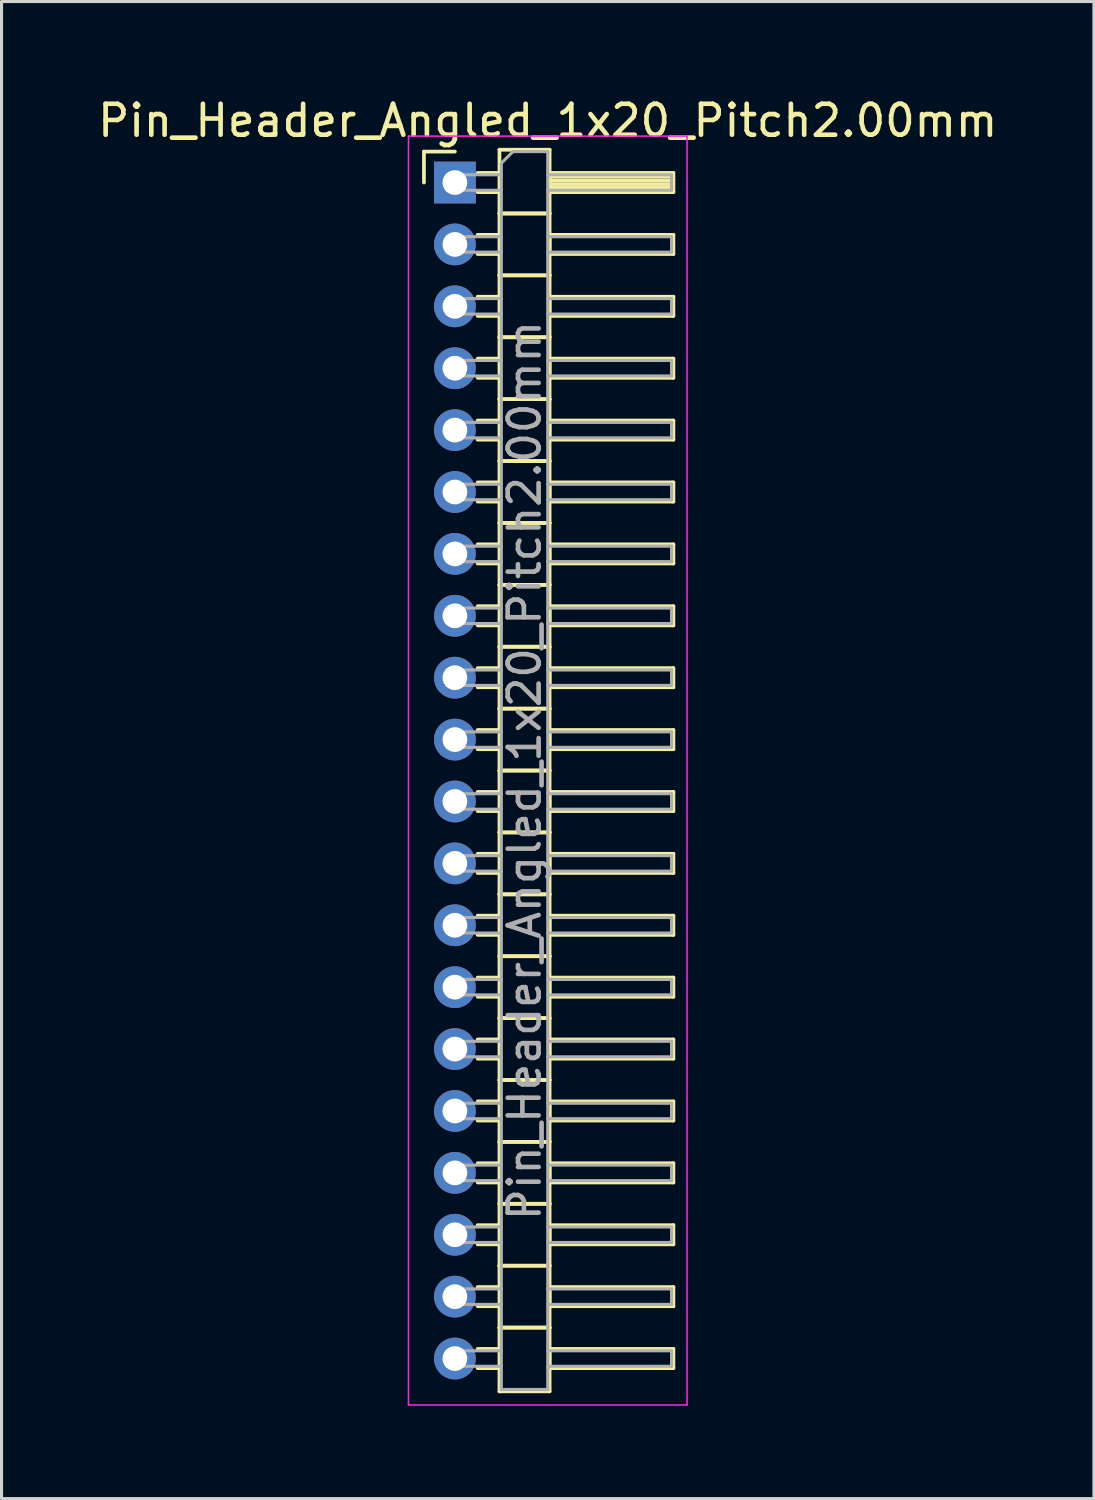
<source format=kicad_pcb>
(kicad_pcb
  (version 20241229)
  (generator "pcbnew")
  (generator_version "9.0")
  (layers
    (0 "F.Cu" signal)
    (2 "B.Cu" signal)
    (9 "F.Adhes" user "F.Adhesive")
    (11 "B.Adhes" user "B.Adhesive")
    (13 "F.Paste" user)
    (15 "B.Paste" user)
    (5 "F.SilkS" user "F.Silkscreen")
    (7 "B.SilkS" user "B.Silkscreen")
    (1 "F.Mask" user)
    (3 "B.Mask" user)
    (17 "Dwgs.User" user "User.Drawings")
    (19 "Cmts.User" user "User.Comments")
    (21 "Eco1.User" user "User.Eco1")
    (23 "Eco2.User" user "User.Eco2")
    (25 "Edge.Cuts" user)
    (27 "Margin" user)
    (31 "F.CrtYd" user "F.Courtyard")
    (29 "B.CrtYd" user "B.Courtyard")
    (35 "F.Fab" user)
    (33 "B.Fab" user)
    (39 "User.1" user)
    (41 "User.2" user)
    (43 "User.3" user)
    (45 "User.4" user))
  (footprint "Pin_Header_Angled_1x20_Pitch2.00mm"
    (layer "F.Cu")
    (at 11.649 2.848)
    (property "Reference" "Pin_Header_Angled_1x20_Pitch2.00mm" (at 3 -2 0) (layer "F.SilkS") (effects (font (size 1 1) (thickness 0.15))))
    (attr through_hole)
    (fp_line (start -1 -1) (end 0 -1) (stroke (width 0.12) (type solid)) (layer "F.SilkS"))
    (fp_line (start -1 0) (end -1 -1) (stroke (width 0.12) (type solid)) (layer "F.SilkS"))
    (fp_line (start 0.735 -0.31) (end 1.44 -0.31) (stroke (width 0.12) (type solid)) (layer "F.SilkS"))
    (fp_line (start 0.735 0.31) (end 1.44 0.31) (stroke (width 0.12) (type solid)) (layer "F.SilkS"))
    (fp_line (start 0.735 1.69) (end 1.44 1.69) (stroke (width 0.12) (type solid)) (layer "F.SilkS"))
    (fp_line (start 0.735 2.31) (end 1.44 2.31) (stroke (width 0.12) (type solid)) (layer "F.SilkS"))
    (fp_line (start 0.735 3.69) (end 1.44 3.69) (stroke (width 0.12) (type solid)) (layer "F.SilkS"))
    (fp_line (start 0.735 4.31) (end 1.44 4.31) (stroke (width 0.12) (type solid)) (layer "F.SilkS"))
    (fp_line (start 0.735 5.69) (end 1.44 5.69) (stroke (width 0.12) (type solid)) (layer "F.SilkS"))
    (fp_line (start 0.735 6.31) (end 1.44 6.31) (stroke (width 0.12) (type solid)) (layer "F.SilkS"))
    (fp_line (start 0.735 7.69) (end 1.44 7.69) (stroke (width 0.12) (type solid)) (layer "F.SilkS"))
    (fp_line (start 0.735 8.31) (end 1.44 8.31) (stroke (width 0.12) (type solid)) (layer "F.SilkS"))
    (fp_line (start 0.735 9.69) (end 1.44 9.69) (stroke (width 0.12) (type solid)) (layer "F.SilkS"))
    (fp_line (start 0.735 10.31) (end 1.44 10.31) (stroke (width 0.12) (type solid)) (layer "F.SilkS"))
    (fp_line (start 0.735 11.69) (end 1.44 11.69) (stroke (width 0.12) (type solid)) (layer "F.SilkS"))
    (fp_line (start 0.735 12.31) (end 1.44 12.31) (stroke (width 0.12) (type solid)) (layer "F.SilkS"))
    (fp_line (start 0.735 13.69) (end 1.44 13.69) (stroke (width 0.12) (type solid)) (layer "F.SilkS"))
    (fp_line (start 0.735 14.31) (end 1.44 14.31) (stroke (width 0.12) (type solid)) (layer "F.SilkS"))
    (fp_line (start 0.735 15.69) (end 1.44 15.69) (stroke (width 0.12) (type solid)) (layer "F.SilkS"))
    (fp_line (start 0.735 16.31) (end 1.44 16.31) (stroke (width 0.12) (type solid)) (layer "F.SilkS"))
    (fp_line (start 0.735 17.69) (end 1.44 17.69) (stroke (width 0.12) (type solid)) (layer "F.SilkS"))
    (fp_line (start 0.735 18.31) (end 1.44 18.31) (stroke (width 0.12) (type solid)) (layer "F.SilkS"))
    (fp_line (start 0.735 19.69) (end 1.44 19.69) (stroke (width 0.12) (type solid)) (layer "F.SilkS"))
    (fp_line (start 0.735 20.31) (end 1.44 20.31) (stroke (width 0.12) (type solid)) (layer "F.SilkS"))
    (fp_line (start 0.735 21.69) (end 1.44 21.69) (stroke (width 0.12) (type solid)) (layer "F.SilkS"))
    (fp_line (start 0.735 22.31) (end 1.44 22.31) (stroke (width 0.12) (type solid)) (layer "F.SilkS"))
    (fp_line (start 0.735 23.69) (end 1.44 23.69) (stroke (width 0.12) (type solid)) (layer "F.SilkS"))
    (fp_line (start 0.735 24.31) (end 1.44 24.31) (stroke (width 0.12) (type solid)) (layer "F.SilkS"))
    (fp_line (start 0.735 25.69) (end 1.44 25.69) (stroke (width 0.12) (type solid)) (layer "F.SilkS"))
    (fp_line (start 0.735 26.31) (end 1.44 26.31) (stroke (width 0.12) (type solid)) (layer "F.SilkS"))
    (fp_line (start 0.735 27.69) (end 1.44 27.69) (stroke (width 0.12) (type solid)) (layer "F.SilkS"))
    (fp_line (start 0.735 28.31) (end 1.44 28.31) (stroke (width 0.12) (type solid)) (layer "F.SilkS"))
    (fp_line (start 0.735 29.69) (end 1.44 29.69) (stroke (width 0.12) (type solid)) (layer "F.SilkS"))
    (fp_line (start 0.735 30.31) (end 1.44 30.31) (stroke (width 0.12) (type solid)) (layer "F.SilkS"))
    (fp_line (start 0.735 31.69) (end 1.44 31.69) (stroke (width 0.12) (type solid)) (layer "F.SilkS"))
    (fp_line (start 0.735 32.31) (end 1.44 32.31) (stroke (width 0.12) (type solid)) (layer "F.SilkS"))
    (fp_line (start 0.735 33.69) (end 1.44 33.69) (stroke (width 0.12) (type solid)) (layer "F.SilkS"))
    (fp_line (start 0.735 34.31) (end 1.44 34.31) (stroke (width 0.12) (type solid)) (layer "F.SilkS"))
    (fp_line (start 0.735 35.69) (end 1.44 35.69) (stroke (width 0.12) (type solid)) (layer "F.SilkS"))
    (fp_line (start 0.735 36.31) (end 1.44 36.31) (stroke (width 0.12) (type solid)) (layer "F.SilkS"))
    (fp_line (start 0.735 37.69) (end 1.44 37.69) (stroke (width 0.12) (type solid)) (layer "F.SilkS"))
    (fp_line (start 0.735 38.31) (end 1.44 38.31) (stroke (width 0.12) (type solid)) (layer "F.SilkS"))
    (fp_line (start 1.44 -1.06) (end 1.44 1) (stroke (width 0.12) (type solid)) (layer "F.SilkS"))
    (fp_line (start 1.44 1) (end 1.44 3) (stroke (width 0.12) (type solid)) (layer "F.SilkS"))
    (fp_line (start 1.44 1) (end 3.06 1) (stroke (width 0.12) (type solid)) (layer "F.SilkS"))
    (fp_line (start 1.44 3) (end 1.44 5) (stroke (width 0.12) (type solid)) (layer "F.SilkS"))
    (fp_line (start 1.44 3) (end 3.06 3) (stroke (width 0.12) (type solid)) (layer "F.SilkS"))
    (fp_line (start 1.44 5) (end 1.44 7) (stroke (width 0.12) (type solid)) (layer "F.SilkS"))
    (fp_line (start 1.44 5) (end 3.06 5) (stroke (width 0.12) (type solid)) (layer "F.SilkS"))
    (fp_line (start 1.44 7) (end 1.44 9) (stroke (width 0.12) (type solid)) (layer "F.SilkS"))
    (fp_line (start 1.44 7) (end 3.06 7) (stroke (width 0.12) (type solid)) (layer "F.SilkS"))
    (fp_line (start 1.44 9) (end 1.44 11) (stroke (width 0.12) (type solid)) (layer "F.SilkS"))
    (fp_line (start 1.44 9) (end 3.06 9) (stroke (width 0.12) (type solid)) (layer "F.SilkS"))
    (fp_line (start 1.44 11) (end 1.44 13) (stroke (width 0.12) (type solid)) (layer "F.SilkS"))
    (fp_line (start 1.44 11) (end 3.06 11) (stroke (width 0.12) (type solid)) (layer "F.SilkS"))
    (fp_line (start 1.44 13) (end 1.44 15) (stroke (width 0.12) (type solid)) (layer "F.SilkS"))
    (fp_line (start 1.44 13) (end 3.06 13) (stroke (width 0.12) (type solid)) (layer "F.SilkS"))
    (fp_line (start 1.44 15) (end 1.44 17) (stroke (width 0.12) (type solid)) (layer "F.SilkS"))
    (fp_line (start 1.44 15) (end 3.06 15) (stroke (width 0.12) (type solid)) (layer "F.SilkS"))
    (fp_line (start 1.44 17) (end 1.44 19) (stroke (width 0.12) (type solid)) (layer "F.SilkS"))
    (fp_line (start 1.44 17) (end 3.06 17) (stroke (width 0.12) (type solid)) (layer "F.SilkS"))
    (fp_line (start 1.44 19) (end 1.44 21) (stroke (width 0.12) (type solid)) (layer "F.SilkS"))
    (fp_line (start 1.44 19) (end 3.06 19) (stroke (width 0.12) (type solid)) (layer "F.SilkS"))
    (fp_line (start 1.44 21) (end 1.44 23) (stroke (width 0.12) (type solid)) (layer "F.SilkS"))
    (fp_line (start 1.44 21) (end 3.06 21) (stroke (width 0.12) (type solid)) (layer "F.SilkS"))
    (fp_line (start 1.44 23) (end 1.44 25) (stroke (width 0.12) (type solid)) (layer "F.SilkS"))
    (fp_line (start 1.44 23) (end 3.06 23) (stroke (width 0.12) (type solid)) (layer "F.SilkS"))
    (fp_line (start 1.44 25) (end 1.44 27) (stroke (width 0.12) (type solid)) (layer "F.SilkS"))
    (fp_line (start 1.44 25) (end 3.06 25) (stroke (width 0.12) (type solid)) (layer "F.SilkS"))
    (fp_line (start 1.44 27) (end 1.44 29) (stroke (width 0.12) (type solid)) (layer "F.SilkS"))
    (fp_line (start 1.44 27) (end 3.06 27) (stroke (width 0.12) (type solid)) (layer "F.SilkS"))
    (fp_line (start 1.44 29) (end 1.44 31) (stroke (width 0.12) (type solid)) (layer "F.SilkS"))
    (fp_line (start 1.44 29) (end 3.06 29) (stroke (width 0.12) (type solid)) (layer "F.SilkS"))
    (fp_line (start 1.44 31) (end 1.44 33) (stroke (width 0.12) (type solid)) (layer "F.SilkS"))
    (fp_line (start 1.44 31) (end 3.06 31) (stroke (width 0.12) (type solid)) (layer "F.SilkS"))
    (fp_line (start 1.44 33) (end 1.44 35) (stroke (width 0.12) (type solid)) (layer "F.SilkS"))
    (fp_line (start 1.44 33) (end 3.06 33) (stroke (width 0.12) (type solid)) (layer "F.SilkS"))
    (fp_line (start 1.44 35) (end 1.44 37) (stroke (width 0.12) (type solid)) (layer "F.SilkS"))
    (fp_line (start 1.44 35) (end 3.06 35) (stroke (width 0.12) (type solid)) (layer "F.SilkS"))
    (fp_line (start 1.44 37) (end 1.44 39.06) (stroke (width 0.12) (type solid)) (layer "F.SilkS"))
    (fp_line (start 1.44 37) (end 3.06 37) (stroke (width 0.12) (type solid)) (layer "F.SilkS"))
    (fp_line (start 1.44 39.06) (end 3.06 39.06) (stroke (width 0.12) (type solid)) (layer "F.SilkS"))
    (fp_line (start 3.06 -1.06) (end 1.44 -1.06) (stroke (width 0.12) (type solid)) (layer "F.SilkS"))
    (fp_line (start 3.06 -0.31) (end 3.06 0.31) (stroke (width 0.12) (type solid)) (layer "F.SilkS"))
    (fp_line (start 3.06 -0.19) (end 7.06 -0.19) (stroke (width 0.12) (type solid)) (layer "F.SilkS"))
    (fp_line (start 3.06 -0.07) (end 7.06 -0.07) (stroke (width 0.12) (type solid)) (layer "F.SilkS"))
    (fp_line (start 3.06 0.05) (end 7.06 0.05) (stroke (width 0.12) (type solid)) (layer "F.SilkS"))
    (fp_line (start 3.06 0.17) (end 7.06 0.17) (stroke (width 0.12) (type solid)) (layer "F.SilkS"))
    (fp_line (start 3.06 0.29) (end 7.06 0.29) (stroke (width 0.12) (type solid)) (layer "F.SilkS"))
    (fp_line (start 3.06 0.31) (end 7.06 0.31) (stroke (width 0.12) (type solid)) (layer "F.SilkS"))
    (fp_line (start 3.06 1) (end 1.44 1) (stroke (width 0.12) (type solid)) (layer "F.SilkS"))
    (fp_line (start 3.06 1) (end 3.06 -1.06) (stroke (width 0.12) (type solid)) (layer "F.SilkS"))
    (fp_line (start 3.06 1.69) (end 3.06 2.31) (stroke (width 0.12) (type solid)) (layer "F.SilkS"))
    (fp_line (start 3.06 2.31) (end 7.06 2.31) (stroke (width 0.12) (type solid)) (layer "F.SilkS"))
    (fp_line (start 3.06 3) (end 1.44 3) (stroke (width 0.12) (type solid)) (layer "F.SilkS"))
    (fp_line (start 3.06 3) (end 3.06 1) (stroke (width 0.12) (type solid)) (layer "F.SilkS"))
    (fp_line (start 3.06 3.69) (end 3.06 4.31) (stroke (width 0.12) (type solid)) (layer "F.SilkS"))
    (fp_line (start 3.06 4.31) (end 7.06 4.31) (stroke (width 0.12) (type solid)) (layer "F.SilkS"))
    (fp_line (start 3.06 5) (end 1.44 5) (stroke (width 0.12) (type solid)) (layer "F.SilkS"))
    (fp_line (start 3.06 5) (end 3.06 3) (stroke (width 0.12) (type solid)) (layer "F.SilkS"))
    (fp_line (start 3.06 5.69) (end 3.06 6.31) (stroke (width 0.12) (type solid)) (layer "F.SilkS"))
    (fp_line (start 3.06 6.31) (end 7.06 6.31) (stroke (width 0.12) (type solid)) (layer "F.SilkS"))
    (fp_line (start 3.06 7) (end 1.44 7) (stroke (width 0.12) (type solid)) (layer "F.SilkS"))
    (fp_line (start 3.06 7) (end 3.06 5) (stroke (width 0.12) (type solid)) (layer "F.SilkS"))
    (fp_line (start 3.06 7.69) (end 3.06 8.31) (stroke (width 0.12) (type solid)) (layer "F.SilkS"))
    (fp_line (start 3.06 8.31) (end 7.06 8.31) (stroke (width 0.12) (type solid)) (layer "F.SilkS"))
    (fp_line (start 3.06 9) (end 1.44 9) (stroke (width 0.12) (type solid)) (layer "F.SilkS"))
    (fp_line (start 3.06 9) (end 3.06 7) (stroke (width 0.12) (type solid)) (layer "F.SilkS"))
    (fp_line (start 3.06 9.69) (end 3.06 10.31) (stroke (width 0.12) (type solid)) (layer "F.SilkS"))
    (fp_line (start 3.06 10.31) (end 7.06 10.31) (stroke (width 0.12) (type solid)) (layer "F.SilkS"))
    (fp_line (start 3.06 11) (end 1.44 11) (stroke (width 0.12) (type solid)) (layer "F.SilkS"))
    (fp_line (start 3.06 11) (end 3.06 9) (stroke (width 0.12) (type solid)) (layer "F.SilkS"))
    (fp_line (start 3.06 11.69) (end 3.06 12.31) (stroke (width 0.12) (type solid)) (layer "F.SilkS"))
    (fp_line (start 3.06 12.31) (end 7.06 12.31) (stroke (width 0.12) (type solid)) (layer "F.SilkS"))
    (fp_line (start 3.06 13) (end 1.44 13) (stroke (width 0.12) (type solid)) (layer "F.SilkS"))
    (fp_line (start 3.06 13) (end 3.06 11) (stroke (width 0.12) (type solid)) (layer "F.SilkS"))
    (fp_line (start 3.06 13.69) (end 3.06 14.31) (stroke (width 0.12) (type solid)) (layer "F.SilkS"))
    (fp_line (start 3.06 14.31) (end 7.06 14.31) (stroke (width 0.12) (type solid)) (layer "F.SilkS"))
    (fp_line (start 3.06 15) (end 1.44 15) (stroke (width 0.12) (type solid)) (layer "F.SilkS"))
    (fp_line (start 3.06 15) (end 3.06 13) (stroke (width 0.12) (type solid)) (layer "F.SilkS"))
    (fp_line (start 3.06 15.69) (end 3.06 16.31) (stroke (width 0.12) (type solid)) (layer "F.SilkS"))
    (fp_line (start 3.06 16.31) (end 7.06 16.31) (stroke (width 0.12) (type solid)) (layer "F.SilkS"))
    (fp_line (start 3.06 17) (end 1.44 17) (stroke (width 0.12) (type solid)) (layer "F.SilkS"))
    (fp_line (start 3.06 17) (end 3.06 15) (stroke (width 0.12) (type solid)) (layer "F.SilkS"))
    (fp_line (start 3.06 17.69) (end 3.06 18.31) (stroke (width 0.12) (type solid)) (layer "F.SilkS"))
    (fp_line (start 3.06 18.31) (end 7.06 18.31) (stroke (width 0.12) (type solid)) (layer "F.SilkS"))
    (fp_line (start 3.06 19) (end 1.44 19) (stroke (width 0.12) (type solid)) (layer "F.SilkS"))
    (fp_line (start 3.06 19) (end 3.06 17) (stroke (width 0.12) (type solid)) (layer "F.SilkS"))
    (fp_line (start 3.06 19.69) (end 3.06 20.31) (stroke (width 0.12) (type solid)) (layer "F.SilkS"))
    (fp_line (start 3.06 20.31) (end 7.06 20.31) (stroke (width 0.12) (type solid)) (layer "F.SilkS"))
    (fp_line (start 3.06 21) (end 1.44 21) (stroke (width 0.12) (type solid)) (layer "F.SilkS"))
    (fp_line (start 3.06 21) (end 3.06 19) (stroke (width 0.12) (type solid)) (layer "F.SilkS"))
    (fp_line (start 3.06 21.69) (end 3.06 22.31) (stroke (width 0.12) (type solid)) (layer "F.SilkS"))
    (fp_line (start 3.06 22.31) (end 7.06 22.31) (stroke (width 0.12) (type solid)) (layer "F.SilkS"))
    (fp_line (start 3.06 23) (end 1.44 23) (stroke (width 0.12) (type solid)) (layer "F.SilkS"))
    (fp_line (start 3.06 23) (end 3.06 21) (stroke (width 0.12) (type solid)) (layer "F.SilkS"))
    (fp_line (start 3.06 23.69) (end 3.06 24.31) (stroke (width 0.12) (type solid)) (layer "F.SilkS"))
    (fp_line (start 3.06 24.31) (end 7.06 24.31) (stroke (width 0.12) (type solid)) (layer "F.SilkS"))
    (fp_line (start 3.06 25) (end 1.44 25) (stroke (width 0.12) (type solid)) (layer "F.SilkS"))
    (fp_line (start 3.06 25) (end 3.06 23) (stroke (width 0.12) (type solid)) (layer "F.SilkS"))
    (fp_line (start 3.06 25.69) (end 3.06 26.31) (stroke (width 0.12) (type solid)) (layer "F.SilkS"))
    (fp_line (start 3.06 26.31) (end 7.06 26.31) (stroke (width 0.12) (type solid)) (layer "F.SilkS"))
    (fp_line (start 3.06 27) (end 1.44 27) (stroke (width 0.12) (type solid)) (layer "F.SilkS"))
    (fp_line (start 3.06 27) (end 3.06 25) (stroke (width 0.12) (type solid)) (layer "F.SilkS"))
    (fp_line (start 3.06 27.69) (end 3.06 28.31) (stroke (width 0.12) (type solid)) (layer "F.SilkS"))
    (fp_line (start 3.06 28.31) (end 7.06 28.31) (stroke (width 0.12) (type solid)) (layer "F.SilkS"))
    (fp_line (start 3.06 29) (end 1.44 29) (stroke (width 0.12) (type solid)) (layer "F.SilkS"))
    (fp_line (start 3.06 29) (end 3.06 27) (stroke (width 0.12) (type solid)) (layer "F.SilkS"))
    (fp_line (start 3.06 29.69) (end 3.06 30.31) (stroke (width 0.12) (type solid)) (layer "F.SilkS"))
    (fp_line (start 3.06 30.31) (end 7.06 30.31) (stroke (width 0.12) (type solid)) (layer "F.SilkS"))
    (fp_line (start 3.06 31) (end 1.44 31) (stroke (width 0.12) (type solid)) (layer "F.SilkS"))
    (fp_line (start 3.06 31) (end 3.06 29) (stroke (width 0.12) (type solid)) (layer "F.SilkS"))
    (fp_line (start 3.06 31.69) (end 3.06 32.31) (stroke (width 0.12) (type solid)) (layer "F.SilkS"))
    (fp_line (start 3.06 32.31) (end 7.06 32.31) (stroke (width 0.12) (type solid)) (layer "F.SilkS"))
    (fp_line (start 3.06 33) (end 1.44 33) (stroke (width 0.12) (type solid)) (layer "F.SilkS"))
    (fp_line (start 3.06 33) (end 3.06 31) (stroke (width 0.12) (type solid)) (layer "F.SilkS"))
    (fp_line (start 3.06 33.69) (end 3.06 34.31) (stroke (width 0.12) (type solid)) (layer "F.SilkS"))
    (fp_line (start 3.06 34.31) (end 7.06 34.31) (stroke (width 0.12) (type solid)) (layer "F.SilkS"))
    (fp_line (start 3.06 35) (end 1.44 35) (stroke (width 0.12) (type solid)) (layer "F.SilkS"))
    (fp_line (start 3.06 35) (end 3.06 33) (stroke (width 0.12) (type solid)) (layer "F.SilkS"))
    (fp_line (start 3.06 35.69) (end 3.06 36.31) (stroke (width 0.12) (type solid)) (layer "F.SilkS"))
    (fp_line (start 3.06 36.31) (end 7.06 36.31) (stroke (width 0.12) (type solid)) (layer "F.SilkS"))
    (fp_line (start 3.06 37) (end 1.44 37) (stroke (width 0.12) (type solid)) (layer "F.SilkS"))
    (fp_line (start 3.06 37) (end 3.06 35) (stroke (width 0.12) (type solid)) (layer "F.SilkS"))
    (fp_line (start 3.06 37.69) (end 3.06 38.31) (stroke (width 0.12) (type solid)) (layer "F.SilkS"))
    (fp_line (start 3.06 38.31) (end 7.06 38.31) (stroke (width 0.12) (type solid)) (layer "F.SilkS"))
    (fp_line (start 3.06 39.06) (end 3.06 37) (stroke (width 0.12) (type solid)) (layer "F.SilkS"))
    (fp_line (start 7.06 -0.31) (end 3.06 -0.31) (stroke (width 0.12) (type solid)) (layer "F.SilkS"))
    (fp_line (start 7.06 0.31) (end 7.06 -0.31) (stroke (width 0.12) (type solid)) (layer "F.SilkS"))
    (fp_line (start 7.06 1.69) (end 3.06 1.69) (stroke (width 0.12) (type solid)) (layer "F.SilkS"))
    (fp_line (start 7.06 2.31) (end 7.06 1.69) (stroke (width 0.12) (type solid)) (layer "F.SilkS"))
    (fp_line (start 7.06 3.69) (end 3.06 3.69) (stroke (width 0.12) (type solid)) (layer "F.SilkS"))
    (fp_line (start 7.06 4.31) (end 7.06 3.69) (stroke (width 0.12) (type solid)) (layer "F.SilkS"))
    (fp_line (start 7.06 5.69) (end 3.06 5.69) (stroke (width 0.12) (type solid)) (layer "F.SilkS"))
    (fp_line (start 7.06 6.31) (end 7.06 5.69) (stroke (width 0.12) (type solid)) (layer "F.SilkS"))
    (fp_line (start 7.06 7.69) (end 3.06 7.69) (stroke (width 0.12) (type solid)) (layer "F.SilkS"))
    (fp_line (start 7.06 8.31) (end 7.06 7.69) (stroke (width 0.12) (type solid)) (layer "F.SilkS"))
    (fp_line (start 7.06 9.69) (end 3.06 9.69) (stroke (width 0.12) (type solid)) (layer "F.SilkS"))
    (fp_line (start 7.06 10.31) (end 7.06 9.69) (stroke (width 0.12) (type solid)) (layer "F.SilkS"))
    (fp_line (start 7.06 11.69) (end 3.06 11.69) (stroke (width 0.12) (type solid)) (layer "F.SilkS"))
    (fp_line (start 7.06 12.31) (end 7.06 11.69) (stroke (width 0.12) (type solid)) (layer "F.SilkS"))
    (fp_line (start 7.06 13.69) (end 3.06 13.69) (stroke (width 0.12) (type solid)) (layer "F.SilkS"))
    (fp_line (start 7.06 14.31) (end 7.06 13.69) (stroke (width 0.12) (type solid)) (layer "F.SilkS"))
    (fp_line (start 7.06 15.69) (end 3.06 15.69) (stroke (width 0.12) (type solid)) (layer "F.SilkS"))
    (fp_line (start 7.06 16.31) (end 7.06 15.69) (stroke (width 0.12) (type solid)) (layer "F.SilkS"))
    (fp_line (start 7.06 17.69) (end 3.06 17.69) (stroke (width 0.12) (type solid)) (layer "F.SilkS"))
    (fp_line (start 7.06 18.31) (end 7.06 17.69) (stroke (width 0.12) (type solid)) (layer "F.SilkS"))
    (fp_line (start 7.06 19.69) (end 3.06 19.69) (stroke (width 0.12) (type solid)) (layer "F.SilkS"))
    (fp_line (start 7.06 20.31) (end 7.06 19.69) (stroke (width 0.12) (type solid)) (layer "F.SilkS"))
    (fp_line (start 7.06 21.69) (end 3.06 21.69) (stroke (width 0.12) (type solid)) (layer "F.SilkS"))
    (fp_line (start 7.06 22.31) (end 7.06 21.69) (stroke (width 0.12) (type solid)) (layer "F.SilkS"))
    (fp_line (start 7.06 23.69) (end 3.06 23.69) (stroke (width 0.12) (type solid)) (layer "F.SilkS"))
    (fp_line (start 7.06 24.31) (end 7.06 23.69) (stroke (width 0.12) (type solid)) (layer "F.SilkS"))
    (fp_line (start 7.06 25.69) (end 3.06 25.69) (stroke (width 0.12) (type solid)) (layer "F.SilkS"))
    (fp_line (start 7.06 26.31) (end 7.06 25.69) (stroke (width 0.12) (type solid)) (layer "F.SilkS"))
    (fp_line (start 7.06 27.69) (end 3.06 27.69) (stroke (width 0.12) (type solid)) (layer "F.SilkS"))
    (fp_line (start 7.06 28.31) (end 7.06 27.69) (stroke (width 0.12) (type solid)) (layer "F.SilkS"))
    (fp_line (start 7.06 29.69) (end 3.06 29.69) (stroke (width 0.12) (type solid)) (layer "F.SilkS"))
    (fp_line (start 7.06 30.31) (end 7.06 29.69) (stroke (width 0.12) (type solid)) (layer "F.SilkS"))
    (fp_line (start 7.06 31.69) (end 3.06 31.69) (stroke (width 0.12) (type solid)) (layer "F.SilkS"))
    (fp_line (start 7.06 32.31) (end 7.06 31.69) (stroke (width 0.12) (type solid)) (layer "F.SilkS"))
    (fp_line (start 7.06 33.69) (end 3.06 33.69) (stroke (width 0.12) (type solid)) (layer "F.SilkS"))
    (fp_line (start 7.06 34.31) (end 7.06 33.69) (stroke (width 0.12) (type solid)) (layer "F.SilkS"))
    (fp_line (start 7.06 35.69) (end 3.06 35.69) (stroke (width 0.12) (type solid)) (layer "F.SilkS"))
    (fp_line (start 7.06 36.31) (end 7.06 35.69) (stroke (width 0.12) (type solid)) (layer "F.SilkS"))
    (fp_line (start 7.06 37.69) (end 3.06 37.69) (stroke (width 0.12) (type solid)) (layer "F.SilkS"))
    (fp_line (start 7.06 38.31) (end 7.06 37.69) (stroke (width 0.12) (type solid)) (layer "F.SilkS"))
    (fp_line (start -1.5 -1.5) (end -1.5 39.5) (stroke (width 0.05) (type solid)) (layer "F.CrtYd"))
    (fp_line (start -1.5 39.5) (end 7.5 39.5) (stroke (width 0.05) (type solid)) (layer "F.CrtYd"))
    (fp_line (start 7.5 -1.5) (end -1.5 -1.5) (stroke (width 0.05) (type solid)) (layer "F.CrtYd"))
    (fp_line (start 7.5 39.5) (end 7.5 -1.5) (stroke (width 0.05) (type solid)) (layer "F.CrtYd"))
    (fp_line (start -0.25 -0.25) (end -0.25 0.25) (stroke (width 0.1) (type solid)) (layer "F.Fab"))
    (fp_line (start -0.25 -0.25) (end 1.5 -0.25) (stroke (width 0.1) (type solid)) (layer "F.Fab"))
    (fp_line (start -0.25 0.25) (end 1.5 0.25) (stroke (width 0.1) (type solid)) (layer "F.Fab"))
    (fp_line (start -0.25 1.75) (end -0.25 2.25) (stroke (width 0.1) (type solid)) (layer "F.Fab"))
    (fp_line (start -0.25 1.75) (end 1.5 1.75) (stroke (width 0.1) (type solid)) (layer "F.Fab"))
    (fp_line (start -0.25 2.25) (end 1.5 2.25) (stroke (width 0.1) (type solid)) (layer "F.Fab"))
    (fp_line (start -0.25 3.75) (end -0.25 4.25) (stroke (width 0.1) (type solid)) (layer "F.Fab"))
    (fp_line (start -0.25 3.75) (end 1.5 3.75) (stroke (width 0.1) (type solid)) (layer "F.Fab"))
    (fp_line (start -0.25 4.25) (end 1.5 4.25) (stroke (width 0.1) (type solid)) (layer "F.Fab"))
    (fp_line (start -0.25 5.75) (end -0.25 6.25) (stroke (width 0.1) (type solid)) (layer "F.Fab"))
    (fp_line (start -0.25 5.75) (end 1.5 5.75) (stroke (width 0.1) (type solid)) (layer "F.Fab"))
    (fp_line (start -0.25 6.25) (end 1.5 6.25) (stroke (width 0.1) (type solid)) (layer "F.Fab"))
    (fp_line (start -0.25 7.75) (end -0.25 8.25) (stroke (width 0.1) (type solid)) (layer "F.Fab"))
    (fp_line (start -0.25 7.75) (end 1.5 7.75) (stroke (width 0.1) (type solid)) (layer "F.Fab"))
    (fp_line (start -0.25 8.25) (end 1.5 8.25) (stroke (width 0.1) (type solid)) (layer "F.Fab"))
    (fp_line (start -0.25 9.75) (end -0.25 10.25) (stroke (width 0.1) (type solid)) (layer "F.Fab"))
    (fp_line (start -0.25 9.75) (end 1.5 9.75) (stroke (width 0.1) (type solid)) (layer "F.Fab"))
    (fp_line (start -0.25 10.25) (end 1.5 10.25) (stroke (width 0.1) (type solid)) (layer "F.Fab"))
    (fp_line (start -0.25 11.75) (end -0.25 12.25) (stroke (width 0.1) (type solid)) (layer "F.Fab"))
    (fp_line (start -0.25 11.75) (end 1.5 11.75) (stroke (width 0.1) (type solid)) (layer "F.Fab"))
    (fp_line (start -0.25 12.25) (end 1.5 12.25) (stroke (width 0.1) (type solid)) (layer "F.Fab"))
    (fp_line (start -0.25 13.75) (end -0.25 14.25) (stroke (width 0.1) (type solid)) (layer "F.Fab"))
    (fp_line (start -0.25 13.75) (end 1.5 13.75) (stroke (width 0.1) (type solid)) (layer "F.Fab"))
    (fp_line (start -0.25 14.25) (end 1.5 14.25) (stroke (width 0.1) (type solid)) (layer "F.Fab"))
    (fp_line (start -0.25 15.75) (end -0.25 16.25) (stroke (width 0.1) (type solid)) (layer "F.Fab"))
    (fp_line (start -0.25 15.75) (end 1.5 15.75) (stroke (width 0.1) (type solid)) (layer "F.Fab"))
    (fp_line (start -0.25 16.25) (end 1.5 16.25) (stroke (width 0.1) (type solid)) (layer "F.Fab"))
    (fp_line (start -0.25 17.75) (end -0.25 18.25) (stroke (width 0.1) (type solid)) (layer "F.Fab"))
    (fp_line (start -0.25 17.75) (end 1.5 17.75) (stroke (width 0.1) (type solid)) (layer "F.Fab"))
    (fp_line (start -0.25 18.25) (end 1.5 18.25) (stroke (width 0.1) (type solid)) (layer "F.Fab"))
    (fp_line (start -0.25 19.75) (end -0.25 20.25) (stroke (width 0.1) (type solid)) (layer "F.Fab"))
    (fp_line (start -0.25 19.75) (end 1.5 19.75) (stroke (width 0.1) (type solid)) (layer "F.Fab"))
    (fp_line (start -0.25 20.25) (end 1.5 20.25) (stroke (width 0.1) (type solid)) (layer "F.Fab"))
    (fp_line (start -0.25 21.75) (end -0.25 22.25) (stroke (width 0.1) (type solid)) (layer "F.Fab"))
    (fp_line (start -0.25 21.75) (end 1.5 21.75) (stroke (width 0.1) (type solid)) (layer "F.Fab"))
    (fp_line (start -0.25 22.25) (end 1.5 22.25) (stroke (width 0.1) (type solid)) (layer "F.Fab"))
    (fp_line (start -0.25 23.75) (end -0.25 24.25) (stroke (width 0.1) (type solid)) (layer "F.Fab"))
    (fp_line (start -0.25 23.75) (end 1.5 23.75) (stroke (width 0.1) (type solid)) (layer "F.Fab"))
    (fp_line (start -0.25 24.25) (end 1.5 24.25) (stroke (width 0.1) (type solid)) (layer "F.Fab"))
    (fp_line (start -0.25 25.75) (end -0.25 26.25) (stroke (width 0.1) (type solid)) (layer "F.Fab"))
    (fp_line (start -0.25 25.75) (end 1.5 25.75) (stroke (width 0.1) (type solid)) (layer "F.Fab"))
    (fp_line (start -0.25 26.25) (end 1.5 26.25) (stroke (width 0.1) (type solid)) (layer "F.Fab"))
    (fp_line (start -0.25 27.75) (end -0.25 28.25) (stroke (width 0.1) (type solid)) (layer "F.Fab"))
    (fp_line (start -0.25 27.75) (end 1.5 27.75) (stroke (width 0.1) (type solid)) (layer "F.Fab"))
    (fp_line (start -0.25 28.25) (end 1.5 28.25) (stroke (width 0.1) (type solid)) (layer "F.Fab"))
    (fp_line (start -0.25 29.75) (end -0.25 30.25) (stroke (width 0.1) (type solid)) (layer "F.Fab"))
    (fp_line (start -0.25 29.75) (end 1.5 29.75) (stroke (width 0.1) (type solid)) (layer "F.Fab"))
    (fp_line (start -0.25 30.25) (end 1.5 30.25) (stroke (width 0.1) (type solid)) (layer "F.Fab"))
    (fp_line (start -0.25 31.75) (end -0.25 32.25) (stroke (width 0.1) (type solid)) (layer "F.Fab"))
    (fp_line (start -0.25 31.75) (end 1.5 31.75) (stroke (width 0.1) (type solid)) (layer "F.Fab"))
    (fp_line (start -0.25 32.25) (end 1.5 32.25) (stroke (width 0.1) (type solid)) (layer "F.Fab"))
    (fp_line (start -0.25 33.75) (end -0.25 34.25) (stroke (width 0.1) (type solid)) (layer "F.Fab"))
    (fp_line (start -0.25 33.75) (end 1.5 33.75) (stroke (width 0.1) (type solid)) (layer "F.Fab"))
    (fp_line (start -0.25 34.25) (end 1.5 34.25) (stroke (width 0.1) (type solid)) (layer "F.Fab"))
    (fp_line (start -0.25 35.75) (end -0.25 36.25) (stroke (width 0.1) (type solid)) (layer "F.Fab"))
    (fp_line (start -0.25 35.75) (end 1.5 35.75) (stroke (width 0.1) (type solid)) (layer "F.Fab"))
    (fp_line (start -0.25 36.25) (end 1.5 36.25) (stroke (width 0.1) (type solid)) (layer "F.Fab"))
    (fp_line (start -0.25 37.75) (end -0.25 38.25) (stroke (width 0.1) (type solid)) (layer "F.Fab"))
    (fp_line (start -0.25 37.75) (end 1.5 37.75) (stroke (width 0.1) (type solid)) (layer "F.Fab"))
    (fp_line (start -0.25 38.25) (end 1.5 38.25) (stroke (width 0.1) (type solid)) (layer "F.Fab"))
    (fp_line (start 1.5 -0.625) (end 1.875 -1) (stroke (width 0.1) (type solid)) (layer "F.Fab"))
    (fp_line (start 1.5 39) (end 1.5 -0.625) (stroke (width 0.1) (type solid)) (layer "F.Fab"))
    (fp_line (start 1.875 -1) (end 3 -1) (stroke (width 0.1) (type solid)) (layer "F.Fab"))
    (fp_line (start 3 -1) (end 3 39) (stroke (width 0.1) (type solid)) (layer "F.Fab"))
    (fp_line (start 3 -0.25) (end 7 -0.25) (stroke (width 0.1) (type solid)) (layer "F.Fab"))
    (fp_line (start 3 0.25) (end 7 0.25) (stroke (width 0.1) (type solid)) (layer "F.Fab"))
    (fp_line (start 3 1.75) (end 7 1.75) (stroke (width 0.1) (type solid)) (layer "F.Fab"))
    (fp_line (start 3 2.25) (end 7 2.25) (stroke (width 0.1) (type solid)) (layer "F.Fab"))
    (fp_line (start 3 3.75) (end 7 3.75) (stroke (width 0.1) (type solid)) (layer "F.Fab"))
    (fp_line (start 3 4.25) (end 7 4.25) (stroke (width 0.1) (type solid)) (layer "F.Fab"))
    (fp_line (start 3 5.75) (end 7 5.75) (stroke (width 0.1) (type solid)) (layer "F.Fab"))
    (fp_line (start 3 6.25) (end 7 6.25) (stroke (width 0.1) (type solid)) (layer "F.Fab"))
    (fp_line (start 3 7.75) (end 7 7.75) (stroke (width 0.1) (type solid)) (layer "F.Fab"))
    (fp_line (start 3 8.25) (end 7 8.25) (stroke (width 0.1) (type solid)) (layer "F.Fab"))
    (fp_line (start 3 9.75) (end 7 9.75) (stroke (width 0.1) (type solid)) (layer "F.Fab"))
    (fp_line (start 3 10.25) (end 7 10.25) (stroke (width 0.1) (type solid)) (layer "F.Fab"))
    (fp_line (start 3 11.75) (end 7 11.75) (stroke (width 0.1) (type solid)) (layer "F.Fab"))
    (fp_line (start 3 12.25) (end 7 12.25) (stroke (width 0.1) (type solid)) (layer "F.Fab"))
    (fp_line (start 3 13.75) (end 7 13.75) (stroke (width 0.1) (type solid)) (layer "F.Fab"))
    (fp_line (start 3 14.25) (end 7 14.25) (stroke (width 0.1) (type solid)) (layer "F.Fab"))
    (fp_line (start 3 15.75) (end 7 15.75) (stroke (width 0.1) (type solid)) (layer "F.Fab"))
    (fp_line (start 3 16.25) (end 7 16.25) (stroke (width 0.1) (type solid)) (layer "F.Fab"))
    (fp_line (start 3 17.75) (end 7 17.75) (stroke (width 0.1) (type solid)) (layer "F.Fab"))
    (fp_line (start 3 18.25) (end 7 18.25) (stroke (width 0.1) (type solid)) (layer "F.Fab"))
    (fp_line (start 3 19.75) (end 7 19.75) (stroke (width 0.1) (type solid)) (layer "F.Fab"))
    (fp_line (start 3 20.25) (end 7 20.25) (stroke (width 0.1) (type solid)) (layer "F.Fab"))
    (fp_line (start 3 21.75) (end 7 21.75) (stroke (width 0.1) (type solid)) (layer "F.Fab"))
    (fp_line (start 3 22.25) (end 7 22.25) (stroke (width 0.1) (type solid)) (layer "F.Fab"))
    (fp_line (start 3 23.75) (end 7 23.75) (stroke (width 0.1) (type solid)) (layer "F.Fab"))
    (fp_line (start 3 24.25) (end 7 24.25) (stroke (width 0.1) (type solid)) (layer "F.Fab"))
    (fp_line (start 3 25.75) (end 7 25.75) (stroke (width 0.1) (type solid)) (layer "F.Fab"))
    (fp_line (start 3 26.25) (end 7 26.25) (stroke (width 0.1) (type solid)) (layer "F.Fab"))
    (fp_line (start 3 27.75) (end 7 27.75) (stroke (width 0.1) (type solid)) (layer "F.Fab"))
    (fp_line (start 3 28.25) (end 7 28.25) (stroke (width 0.1) (type solid)) (layer "F.Fab"))
    (fp_line (start 3 29.75) (end 7 29.75) (stroke (width 0.1) (type solid)) (layer "F.Fab"))
    (fp_line (start 3 30.25) (end 7 30.25) (stroke (width 0.1) (type solid)) (layer "F.Fab"))
    (fp_line (start 3 31.75) (end 7 31.75) (stroke (width 0.1) (type solid)) (layer "F.Fab"))
    (fp_line (start 3 32.25) (end 7 32.25) (stroke (width 0.1) (type solid)) (layer "F.Fab"))
    (fp_line (start 3 33.75) (end 7 33.75) (stroke (width 0.1) (type solid)) (layer "F.Fab"))
    (fp_line (start 3 34.25) (end 7 34.25) (stroke (width 0.1) (type solid)) (layer "F.Fab"))
    (fp_line (start 3 35.75) (end 7 35.75) (stroke (width 0.1) (type solid)) (layer "F.Fab"))
    (fp_line (start 3 36.25) (end 7 36.25) (stroke (width 0.1) (type solid)) (layer "F.Fab"))
    (fp_line (start 3 37.75) (end 7 37.75) (stroke (width 0.1) (type solid)) (layer "F.Fab"))
    (fp_line (start 3 38.25) (end 7 38.25) (stroke (width 0.1) (type solid)) (layer "F.Fab"))
    (fp_line (start 3 39) (end 1.5 39) (stroke (width 0.1) (type solid)) (layer "F.Fab"))
    (fp_line (start 7 -0.25) (end 7 0.25) (stroke (width 0.1) (type solid)) (layer "F.Fab"))
    (fp_line (start 7 1.75) (end 7 2.25) (stroke (width 0.1) (type solid)) (layer "F.Fab"))
    (fp_line (start 7 3.75) (end 7 4.25) (stroke (width 0.1) (type solid)) (layer "F.Fab"))
    (fp_line (start 7 5.75) (end 7 6.25) (stroke (width 0.1) (type solid)) (layer "F.Fab"))
    (fp_line (start 7 7.75) (end 7 8.25) (stroke (width 0.1) (type solid)) (layer "F.Fab"))
    (fp_line (start 7 9.75) (end 7 10.25) (stroke (width 0.1) (type solid)) (layer "F.Fab"))
    (fp_line (start 7 11.75) (end 7 12.25) (stroke (width 0.1) (type solid)) (layer "F.Fab"))
    (fp_line (start 7 13.75) (end 7 14.25) (stroke (width 0.1) (type solid)) (layer "F.Fab"))
    (fp_line (start 7 15.75) (end 7 16.25) (stroke (width 0.1) (type solid)) (layer "F.Fab"))
    (fp_line (start 7 17.75) (end 7 18.25) (stroke (width 0.1) (type solid)) (layer "F.Fab"))
    (fp_line (start 7 19.75) (end 7 20.25) (stroke (width 0.1) (type solid)) (layer "F.Fab"))
    (fp_line (start 7 21.75) (end 7 22.25) (stroke (width 0.1) (type solid)) (layer "F.Fab"))
    (fp_line (start 7 23.75) (end 7 24.25) (stroke (width 0.1) (type solid)) (layer "F.Fab"))
    (fp_line (start 7 25.75) (end 7 26.25) (stroke (width 0.1) (type solid)) (layer "F.Fab"))
    (fp_line (start 7 27.75) (end 7 28.25) (stroke (width 0.1) (type solid)) (layer "F.Fab"))
    (fp_line (start 7 29.75) (end 7 30.25) (stroke (width 0.1) (type solid)) (layer "F.Fab"))
    (fp_line (start 7 31.75) (end 7 32.25) (stroke (width 0.1) (type solid)) (layer "F.Fab"))
    (fp_line (start 7 33.75) (end 7 34.25) (stroke (width 0.1) (type solid)) (layer "F.Fab"))
    (fp_line (start 7 35.75) (end 7 36.25) (stroke (width 0.1) (type solid)) (layer "F.Fab"))
    (fp_line (start 7 37.75) (end 7 38.25) (stroke (width 0.1) (type solid)) (layer "F.Fab"))
    (fp_text user "${REFERENCE}" (at 2.25 19 90) (layer "F.Fab") (effects (font (size 1 1) (thickness 0.15))))
    (pad "1" thru_hole rect (at 0 0) (size 1.35 1.35) (drill 0.8) (layers "*.Cu" "*.Mask"))
    (pad "2" thru_hole oval (at 0 2) (size 1.35 1.35) (drill 0.8) (layers "*.Cu" "*.Mask"))
    (pad "3" thru_hole oval (at 0 4) (size 1.35 1.35) (drill 0.8) (layers "*.Cu" "*.Mask"))
    (pad "4" thru_hole oval (at 0 6) (size 1.35 1.35) (drill 0.8) (layers "*.Cu" "*.Mask"))
    (pad "5" thru_hole oval (at 0 8) (size 1.35 1.35) (drill 0.8) (layers "*.Cu" "*.Mask"))
    (pad "6" thru_hole oval (at 0 10) (size 1.35 1.35) (drill 0.8) (layers "*.Cu" "*.Mask"))
    (pad "7" thru_hole oval (at 0 12) (size 1.35 1.35) (drill 0.8) (layers "*.Cu" "*.Mask"))
    (pad "8" thru_hole oval (at 0 14) (size 1.35 1.35) (drill 0.8) (layers "*.Cu" "*.Mask"))
    (pad "9" thru_hole oval (at 0 16) (size 1.35 1.35) (drill 0.8) (layers "*.Cu" "*.Mask"))
    (pad "10" thru_hole oval (at 0 18) (size 1.35 1.35) (drill 0.8) (layers "*.Cu" "*.Mask"))
    (pad "11" thru_hole oval (at 0 20) (size 1.35 1.35) (drill 0.8) (layers "*.Cu" "*.Mask"))
    (pad "12" thru_hole oval (at 0 22) (size 1.35 1.35) (drill 0.8) (layers "*.Cu" "*.Mask"))
    (pad "13" thru_hole oval (at 0 24) (size 1.35 1.35) (drill 0.8) (layers "*.Cu" "*.Mask"))
    (pad "14" thru_hole oval (at 0 26) (size 1.35 1.35) (drill 0.8) (layers "*.Cu" "*.Mask"))
    (pad "15" thru_hole oval (at 0 28) (size 1.35 1.35) (drill 0.8) (layers "*.Cu" "*.Mask"))
    (pad "16" thru_hole oval (at 0 30) (size 1.35 1.35) (drill 0.8) (layers "*.Cu" "*.Mask"))
    (pad "17" thru_hole oval (at 0 32) (size 1.35 1.35) (drill 0.8) (layers "*.Cu" "*.Mask"))
    (pad "18" thru_hole oval (at 0 34) (size 1.35 1.35) (drill 0.8) (layers "*.Cu" "*.Mask"))
    (pad "19" thru_hole oval (at 0 36) (size 1.35 1.35) (drill 0.8) (layers "*.Cu" "*.Mask"))
    (pad "20" thru_hole oval (at 0 38) (size 1.35 1.35) (drill 0.8) (layers "*.Cu" "*.Mask")))
  (gr_rect
    (start -3 -3)
    (end 32.298 45.373)
    (stroke (width 0.1) (type default))
    (fill no)
    (layer "Edge.Cuts")))
</source>
